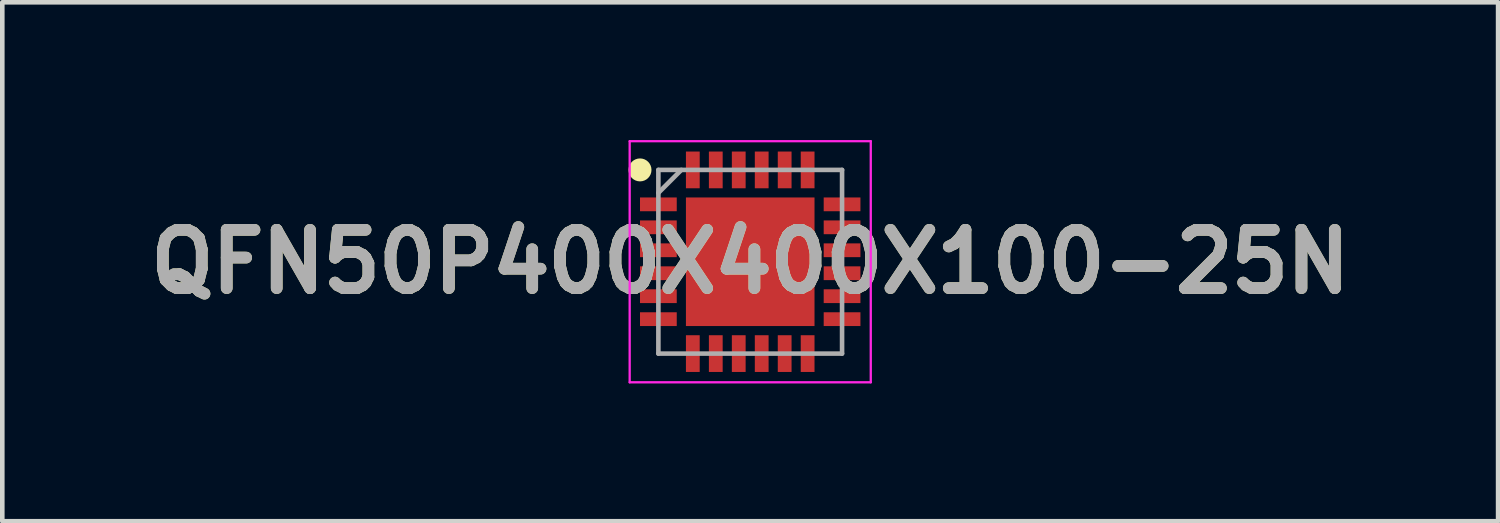
<source format=kicad_pcb>
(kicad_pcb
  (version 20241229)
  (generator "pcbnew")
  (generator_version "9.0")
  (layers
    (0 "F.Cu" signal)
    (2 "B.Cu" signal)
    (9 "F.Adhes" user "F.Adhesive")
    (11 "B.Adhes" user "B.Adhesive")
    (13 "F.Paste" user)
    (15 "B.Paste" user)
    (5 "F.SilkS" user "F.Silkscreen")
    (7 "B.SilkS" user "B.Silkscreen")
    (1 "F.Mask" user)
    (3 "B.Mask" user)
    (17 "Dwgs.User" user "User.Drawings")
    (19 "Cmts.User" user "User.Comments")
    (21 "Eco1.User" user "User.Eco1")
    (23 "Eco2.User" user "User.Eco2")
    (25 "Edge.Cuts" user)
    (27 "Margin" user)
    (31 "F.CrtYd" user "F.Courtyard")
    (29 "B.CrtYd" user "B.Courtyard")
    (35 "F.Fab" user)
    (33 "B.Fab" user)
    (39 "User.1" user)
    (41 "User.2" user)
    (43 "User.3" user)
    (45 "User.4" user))
  (footprint "QFN50P400X400X100-25N"
    (layer "F.Cu")
    (at 13.287 2.65)
    (property "Reference" "QFN50P400X400X100-25N" (at 0 0 0) (layer "F.SilkS") (effects (font (size 1.27 1.27) (thickness 0.254))))
    (attr smd)
    (fp_circle (center -2.4 -2) (end -2.4 -1.875) (stroke (width 0.25) (type solid)) (fill no) (layer "F.SilkS"))
    (fp_line (start -2.625 -2.625) (end 2.625 -2.625) (stroke (width 0.05) (type solid)) (layer "F.CrtYd"))
    (fp_line (start -2.625 2.625) (end -2.625 -2.625) (stroke (width 0.05) (type solid)) (layer "F.CrtYd"))
    (fp_line (start 2.625 -2.625) (end 2.625 2.625) (stroke (width 0.05) (type solid)) (layer "F.CrtYd"))
    (fp_line (start 2.625 2.625) (end -2.625 2.625) (stroke (width 0.05) (type solid)) (layer "F.CrtYd"))
    (fp_line (start -2 -2) (end 2 -2) (stroke (width 0.1) (type solid)) (layer "F.Fab"))
    (fp_line (start -2 -1.5) (end -1.5 -2) (stroke (width 0.1) (type solid)) (layer "F.Fab"))
    (fp_line (start -2 2) (end -2 -2) (stroke (width 0.1) (type solid)) (layer "F.Fab"))
    (fp_line (start 2 -2) (end 2 2) (stroke (width 0.1) (type solid)) (layer "F.Fab"))
    (fp_line (start 2 2) (end -2 2) (stroke (width 0.1) (type solid)) (layer "F.Fab"))
    (fp_text user "${REFERENCE}" (at 0 0 0) (layer "F.Fab") (effects (font (size 1.27 1.27) (thickness 0.254))))
    (pad "1" smd rect (at -2 -1.25 90) (size 0.3 0.8) (layers "F.Cu" "F.Mask" "F.Paste"))
    (pad "2" smd rect (at -2 -0.75 90) (size 0.3 0.8) (layers "F.Cu" "F.Mask" "F.Paste"))
    (pad "3" smd rect (at -2 -0.25 90) (size 0.3 0.8) (layers "F.Cu" "F.Mask" "F.Paste"))
    (pad "4" smd rect (at -2 0.25 90) (size 0.3 0.8) (layers "F.Cu" "F.Mask" "F.Paste"))
    (pad "5" smd rect (at -2 0.75 90) (size 0.3 0.8) (layers "F.Cu" "F.Mask" "F.Paste"))
    (pad "6" smd rect (at -2 1.25 90) (size 0.3 0.8) (layers "F.Cu" "F.Mask" "F.Paste"))
    (pad "7" smd rect (at -1.25 2) (size 0.3 0.8) (layers "F.Cu" "F.Mask" "F.Paste"))
    (pad "8" smd rect (at -0.75 2) (size 0.3 0.8) (layers "F.Cu" "F.Mask" "F.Paste"))
    (pad "9" smd rect (at -0.25 2) (size 0.3 0.8) (layers "F.Cu" "F.Mask" "F.Paste"))
    (pad "10" smd rect (at 0.25 2) (size 0.3 0.8) (layers "F.Cu" "F.Mask" "F.Paste"))
    (pad "11" smd rect (at 0.75 2) (size 0.3 0.8) (layers "F.Cu" "F.Mask" "F.Paste"))
    (pad "12" smd rect (at 1.25 2) (size 0.3 0.8) (layers "F.Cu" "F.Mask" "F.Paste"))
    (pad "13" smd rect (at 2 1.25 90) (size 0.3 0.8) (layers "F.Cu" "F.Mask" "F.Paste"))
    (pad "14" smd rect (at 2 0.75 90) (size 0.3 0.8) (layers "F.Cu" "F.Mask" "F.Paste"))
    (pad "15" smd rect (at 2 0.25 90) (size 0.3 0.8) (layers "F.Cu" "F.Mask" "F.Paste"))
    (pad "16" smd rect (at 2 -0.25 90) (size 0.3 0.8) (layers "F.Cu" "F.Mask" "F.Paste"))
    (pad "17" smd rect (at 2 -0.75 90) (size 0.3 0.8) (layers "F.Cu" "F.Mask" "F.Paste"))
    (pad "18" smd rect (at 2 -1.25 90) (size 0.3 0.8) (layers "F.Cu" "F.Mask" "F.Paste"))
    (pad "19" smd rect (at 1.25 -2) (size 0.3 0.8) (layers "F.Cu" "F.Mask" "F.Paste"))
    (pad "20" smd rect (at 0.75 -2) (size 0.3 0.8) (layers "F.Cu" "F.Mask" "F.Paste"))
    (pad "21" smd rect (at 0.25 -2) (size 0.3 0.8) (layers "F.Cu" "F.Mask" "F.Paste"))
    (pad "22" smd rect (at -0.25 -2) (size 0.3 0.8) (layers "F.Cu" "F.Mask" "F.Paste"))
    (pad "23" smd rect (at -0.75 -2) (size 0.3 0.8) (layers "F.Cu" "F.Mask" "F.Paste"))
    (pad "24" smd rect (at -1.25 -2) (size 0.3 0.8) (layers "F.Cu" "F.Mask" "F.Paste"))
    (pad "25" smd rect (at 0 0) (size 2.8 2.8) (layers "F.Cu" "F.Mask" "F.Paste")))
  (gr_rect
    (start -3 -3)
    (end 29.573 8.3)
    (stroke (width 0.1) (type default))
    (fill no)
    (layer "Edge.Cuts")))
</source>
